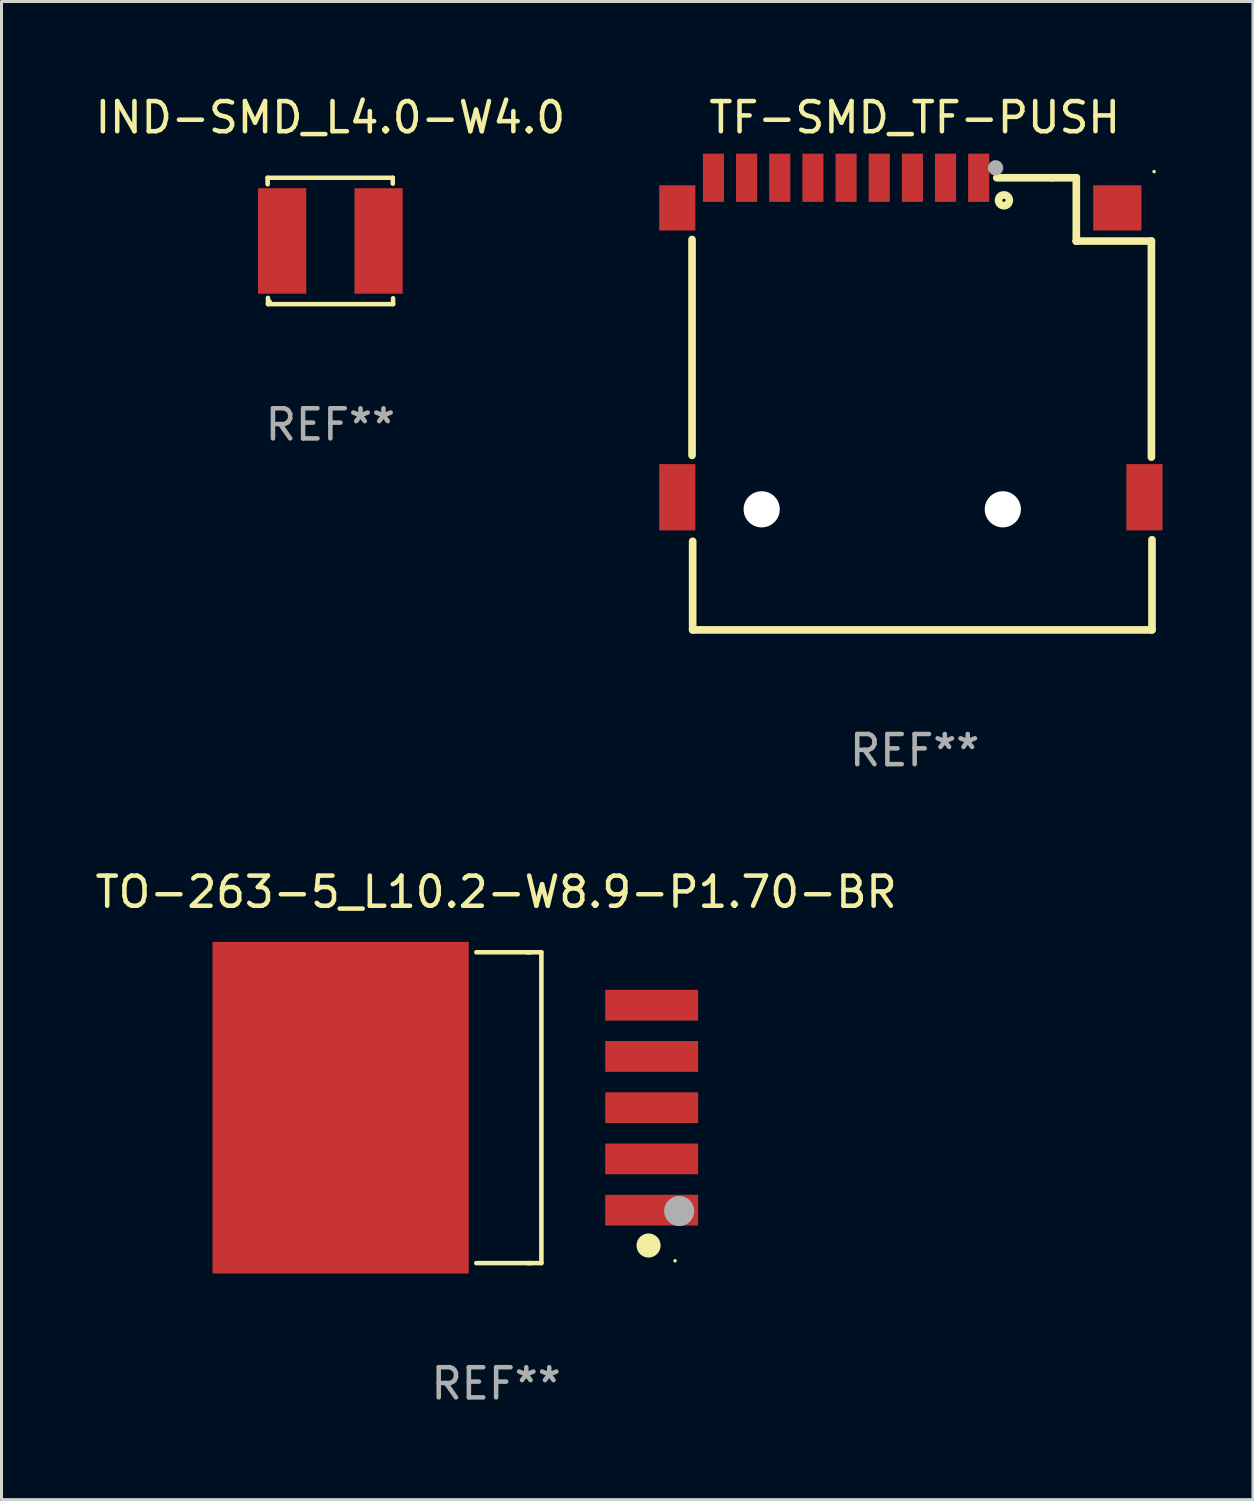
<source format=kicad_pcb>
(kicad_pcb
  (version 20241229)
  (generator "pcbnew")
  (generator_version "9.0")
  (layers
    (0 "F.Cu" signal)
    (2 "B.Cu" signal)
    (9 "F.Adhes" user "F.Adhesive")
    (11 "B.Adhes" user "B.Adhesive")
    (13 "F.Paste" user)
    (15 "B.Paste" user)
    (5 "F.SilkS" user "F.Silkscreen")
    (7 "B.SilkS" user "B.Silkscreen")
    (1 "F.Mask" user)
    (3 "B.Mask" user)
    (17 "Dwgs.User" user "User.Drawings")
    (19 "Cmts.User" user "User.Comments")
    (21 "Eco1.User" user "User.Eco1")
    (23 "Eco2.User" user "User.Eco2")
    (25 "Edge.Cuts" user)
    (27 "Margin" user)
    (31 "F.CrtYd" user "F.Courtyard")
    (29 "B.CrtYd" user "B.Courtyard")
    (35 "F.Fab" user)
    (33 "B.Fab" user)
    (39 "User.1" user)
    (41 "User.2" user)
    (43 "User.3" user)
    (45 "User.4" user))
  (footprint "TO-263-5_L10.2-W8.9-P1.70-BR"
    (layer "F.Cu")
    (at 13.411 33.701)
    (property "Reference" "TO-263-5_L10.2-W8.9-P1.70-BR" (at -0.000013 -7.156 0) (layer "F.SilkS") (effects (font (size 1 1) (thickness 0.15))))
    (attr through_hole)
    (fp_line (start 1.032 -5.156) (end 1.501 -5.156) (stroke (width 0.15) (type solid)) (layer "F.SilkS"))
    (fp_line (start 1.032 5.156) (end 1.501 5.156) (stroke (width 0.15) (type solid)) (layer "F.SilkS"))
    (fp_line (start 1.131 -5.156) (end -0.658 -5.156) (stroke (width 0.15) (type solid)) (layer "F.SilkS"))
    (fp_line (start 1.156 5.156) (end -0.658 5.156) (stroke (width 0.15) (type solid)) (layer "F.SilkS"))
    (fp_line (start 1.501 5.156) (end 1.501 -5.156) (stroke (width 0.152) (type solid)) (layer "F.SilkS"))
    (fp_circle (center 5.057 4.572) (end 5.257 4.572) (stroke (width 0.4) (type solid)) (fill no) (layer "F.SilkS"))
    (fp_circle (center 5.936 5.08) (end 5.966 5.08) (stroke (width 0.06) (type solid)) (fill no) (layer "F.SilkS"))
    (fp_circle (center 6.073 3.429) (end 6.323 3.429) (stroke (width 0.5) (type solid)) (fill no) (layer "F.Fab"))
    (fp_text user "REF**" (at -0.000013 9.156 0) (layer "F.Fab") (effects (font (size 1 1) (thickness 0.15))))
    (pad "1" smd rect (at 5.16 3.4) (size 3.083 1.02) (layers "F.Cu" "F.Mask" "F.Paste"))
    (pad "2" smd rect (at 5.16 1.7) (size 3.083 1.02) (layers "F.Cu" "F.Mask" "F.Paste"))
    (pad "3" smd rect (at 5.16 0) (size 3.083 1.02) (layers "F.Cu" "F.Mask" "F.Paste"))
    (pad "4" smd rect (at 5.16 -1.7) (size 3.083 1.02) (layers "F.Cu" "F.Mask" "F.Paste"))
    (pad "5" smd rect (at 5.16 -3.4) (size 3.083 1.02) (layers "F.Cu" "F.Mask" "F.Paste"))
    (pad "6" smd rect (at -5.16 0) (size 8.5 11) (layers "F.Cu" "F.Mask" "F.Paste")))
  (footprint "IND-SMD_L4.0-W4.0"
    (layer "F.Cu")
    (at 7.911 4.944)
    (property "Reference" "IND-SMD_L4.0-W4.0" (at -0.000178 -4.096 0) (layer "F.SilkS") (effects (font (size 1 1) (thickness 0.15))))
    (attr through_hole)
    (fp_line (start -2.083 -2.096) (end -2.08 -1.88) (stroke (width 0.15) (type solid)) (layer "F.SilkS"))
    (fp_line (start -2.07 1.89) (end -2.07 2.096) (stroke (width 0.15) (type solid)) (layer "F.SilkS"))
    (fp_line (start -2.07 2.096) (end 2.082 2.096) (stroke (width 0.15) (type solid)) (layer "F.SilkS"))
    (fp_line (start 2.07 -1.9) (end 2.07 -2.096) (stroke (width 0.15) (type solid)) (layer "F.SilkS"))
    (fp_line (start 2.07 -2.096) (end -2.083 -2.096) (stroke (width 0.15) (type solid)) (layer "F.SilkS"))
    (fp_line (start 2.082 2.096) (end 2.08 1.9) (stroke (width 0.15) (type solid)) (layer "F.SilkS"))
    (fp_circle (center -2 2) (end -1.97 2) (stroke (width 0.06) (type solid)) (fill no) (layer "F.SilkS"))
    (fp_text user "REF**" (at -0.000178 6.096 0) (layer "F.Fab") (effects (font (size 1 1) (thickness 0.15))))
    (pad "1" smd rect (at -1.6 0) (size 1.6 3.5) (layers "F.Cu" "F.Mask" "F.Paste"))
    (pad "2" smd rect (at 1.6 0) (size 1.6 3.5) (layers "F.Cu" "F.Mask" "F.Paste")))
  (footprint "TF-SMD_TF-PUSH"
    (layer "F.Cu")
    (at 27.171 8.148)
    (property "Reference" "TF-SMD_TF-PUSH" (at 0.125 -7.3 0) (layer "F.SilkS") (effects (font (size 1 1) (thickness 0.15))))
    (attr through_hole)
    (fp_line (start -7.26 -3.25) (end -7.26 3.91) (stroke (width 0.254) (type solid)) (layer "F.SilkS"))
    (fp_line (start -7.24 9.7) (end -7.24 6.76) (stroke (width 0.254) (type solid)) (layer "F.SilkS"))
    (fp_line (start -7.24 9.7) (end 8 9.7) (stroke (width 0.254) (type solid)) (layer "F.SilkS"))
    (fp_line (start 4.702 -5.3) (end 5.489 -5.3) (stroke (width 0.254) (type solid)) (layer "F.SilkS"))
    (fp_line (start 4.702 -5.3) (end 2.85 -5.3) (stroke (width 0.254) (type solid)) (layer "F.SilkS"))
    (fp_line (start 5.489 -5.3) (end 5.489 -3.199) (stroke (width 0.254) (type solid)) (layer "F.SilkS"))
    (fp_line (start 5.489 -3.199) (end 5.5 -3.2) (stroke (width 0.254) (type solid)) (layer "F.SilkS"))
    (fp_line (start 7.98 -3.2) (end 5.49 -3.2) (stroke (width 0.254) (type solid)) (layer "F.SilkS"))
    (fp_line (start 7.98 3.969) (end 7.98 -3.2) (stroke (width 0.254) (type solid)) (layer "F.SilkS"))
    (fp_line (start 8 9.7) (end 8 6.71) (stroke (width 0.254) (type solid)) (layer "F.SilkS"))
    (fp_circle (center 3.087 -4.552) (end 3.139 -4.552) (stroke (width 0.254) (type solid)) (fill no) (layer "F.SilkS"))
    (fp_circle (center 8.07 -5.505) (end 8.1 -5.505) (stroke (width 0.06) (type solid)) (fill no) (layer "F.SilkS"))
    (fp_circle (center -4.95 5.7) (end -4.75 5.7) (stroke (width 0.4) (type solid)) (fill no) (layer "F.Fab"))
    (fp_circle (center 2.81 -5.63) (end 2.937 -5.63) (stroke (width 0.254) (type solid)) (fill no) (layer "F.Fab"))
    (fp_circle (center 3.05 5.7) (end 3.25 5.7) (stroke (width 0.4) (type solid)) (fill no) (layer "F.Fab"))
    (fp_text user "REF**" (at 0.125 13.7 0) (layer "F.Fab") (effects (font (size 1 1) (thickness 0.15))))
    (pad "" np_thru_hole circle (at -4.95 5.7) (size 1.2 1.2) (drill 1.2) (layers "*.Cu" "*.Mask"))
    (pad "" np_thru_hole circle (at 3.05 5.7) (size 1.2 1.2) (drill 1.2) (layers "*.Cu" "*.Mask"))
    (pad "1" smd rect (at 2.25 -5.3) (size 0.7 1.6) (layers "F.Cu" "F.Mask" "F.Paste"))
    (pad "2" smd rect (at 1.15 -5.3) (size 0.7 1.6) (layers "F.Cu" "F.Mask" "F.Paste"))
    (pad "3" smd rect (at 0.05 -5.3) (size 0.7 1.6) (layers "F.Cu" "F.Mask" "F.Paste"))
    (pad "4" smd rect (at -1.05 -5.3) (size 0.7 1.6) (layers "F.Cu" "F.Mask" "F.Paste"))
    (pad "5" smd rect (at -2.15 -5.3) (size 0.7 1.6) (layers "F.Cu" "F.Mask" "F.Paste"))
    (pad "6" smd rect (at -3.25 -5.3) (size 0.7 1.6) (layers "F.Cu" "F.Mask" "F.Paste"))
    (pad "7" smd rect (at -4.35 -5.3) (size 0.7 1.6) (layers "F.Cu" "F.Mask" "F.Paste"))
    (pad "8" smd rect (at -5.45 -5.3) (size 0.7 1.6) (layers "F.Cu" "F.Mask" "F.Paste"))
    (pad "10" smd rect (at -7.75 -4.3) (size 1.2 1.5) (layers "F.Cu" "F.Mask" "F.Paste"))
    (pad "11" smd rect (at -7.75 5.3) (size 1.2 2.2) (layers "F.Cu" "F.Mask" "F.Paste"))
    (pad "12" smd rect (at 7.75 5.3) (size 1.2 2.2) (layers "F.Cu" "F.Mask" "F.Paste"))
    (pad "13" smd rect (at 6.85 -4.3) (size 1.6 1.5) (layers "F.Cu" "F.Mask" "F.Paste"))
    (pad "CD" smd rect (at -6.55 -5.3) (size 0.7 1.6) (layers "F.Cu" "F.Mask" "F.Paste")))
  (gr_rect
    (start -3 -3)
    (end 38.522 46.705)
    (stroke (width 0.1) (type default))
    (fill no)
    (layer "Edge.Cuts")))
</source>
